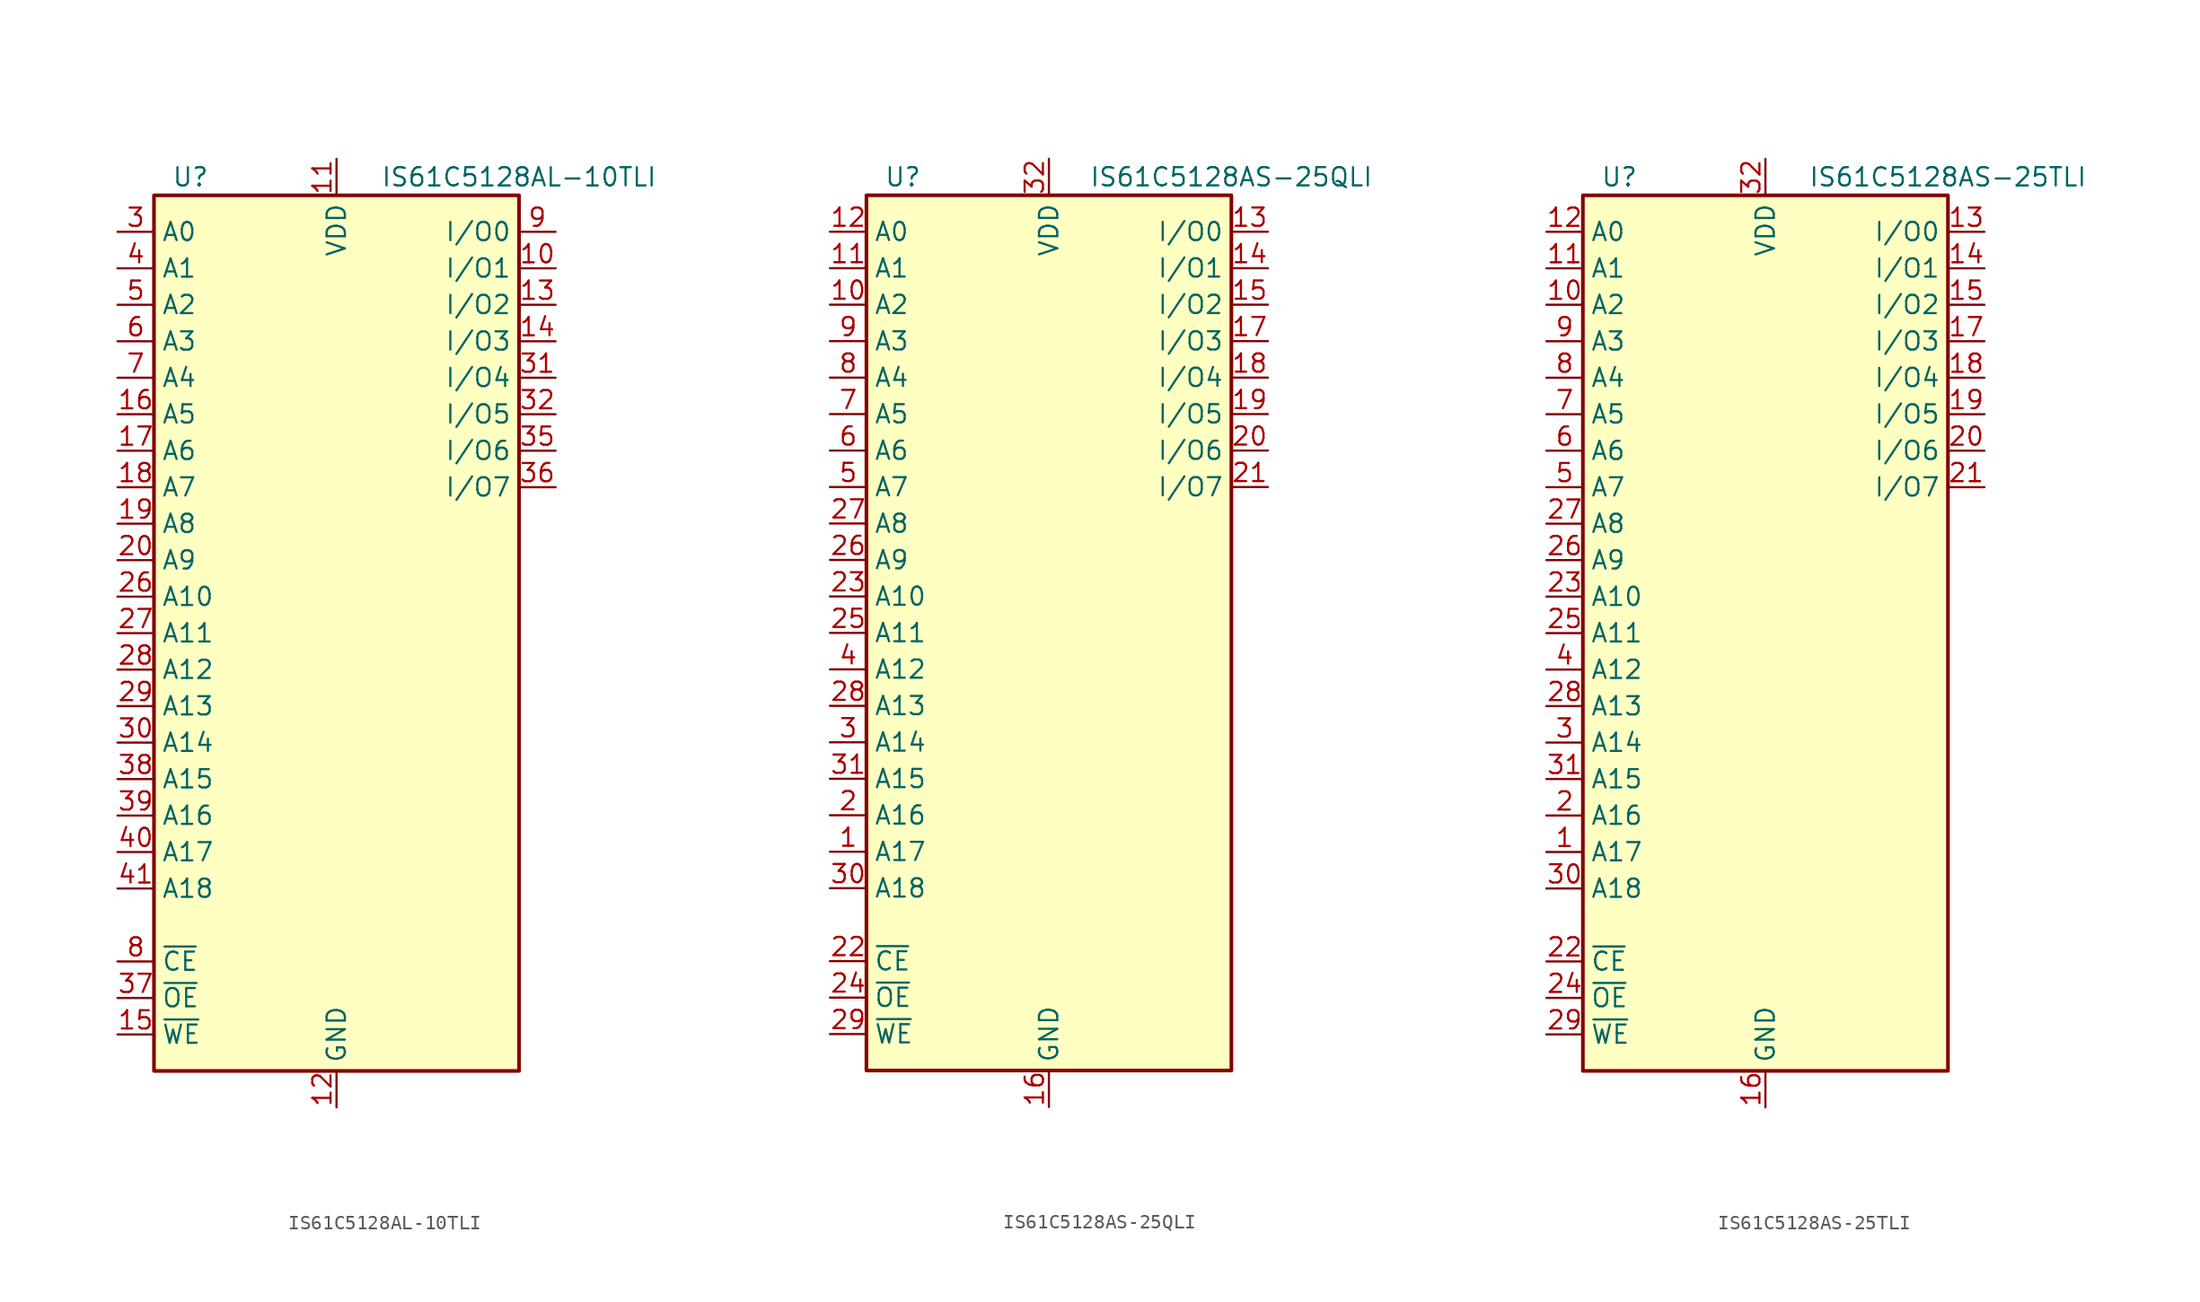
<source format=kicad_sym>
(kicad_symbol_lib
  (version 20201005)
  (generator kicad_symbol_editor)
  (symbol "IS61C5128AL-10TLI"
    (property "Reference" "U"
      (at -10.16 31.75 0)
      (effects (font (size 1.27 1.27))))
    (property "Value" "IS61C5128AL-10TLI"
      (at 12.7 31.75 0)
      (effects (font (size 1.27 1.27))))
    (symbol "IS61C5128AL-10TLI_0_1"
      (rectangle (start -12.7 30.48) (end 12.7 -30.48) (stroke (width 0.254)) (fill (type background))))
    (symbol "IS61C5128AL-10TLI_1_1"
      (pin no_connect line (at 12.7 -27.94 180) (length 2.54) hide (name "NC" (effects (font (size 1.27 1.27)))) (number "1" (effects (font (size 1.27 1.27)))))
      (pin bidirectional line (at 15.24 25.4 180) (length 2.54) (name "I/O1" (effects (font (size 1.27 1.27)))) (number "10" (effects (font (size 1.27 1.27)))))
      (pin power_in line (at 0 33.02 270) (length 2.54) (name "VDD" (effects (font (size 1.27 1.27)))) (number "11" (effects (font (size 1.27 1.27)))))
      (pin power_in line (at 0 -33.02 90) (length 2.54) (name "GND" (effects (font (size 1.27 1.27)))) (number "12" (effects (font (size 1.27 1.27)))))
      (pin bidirectional line (at 15.24 22.86 180) (length 2.54) (name "I/O2" (effects (font (size 1.27 1.27)))) (number "13" (effects (font (size 1.27 1.27)))))
      (pin bidirectional line (at 15.24 20.32 180) (length 2.54) (name "I/O3" (effects (font (size 1.27 1.27)))) (number "14" (effects (font (size 1.27 1.27)))))
      (pin input line (at -15.24 -27.94 0) (length 2.54) (name "~WE" (effects (font (size 1.27 1.27)))) (number "15" (effects (font (size 1.27 1.27)))))
      (pin input line (at -15.24 15.24 0) (length 2.54) (name "A5" (effects (font (size 1.27 1.27)))) (number "16" (effects (font (size 1.27 1.27)))))
      (pin input line (at -15.24 12.7 0) (length 2.54) (name "A6" (effects (font (size 1.27 1.27)))) (number "17" (effects (font (size 1.27 1.27)))))
      (pin input line (at -15.24 10.16 0) (length 2.54) (name "A7" (effects (font (size 1.27 1.27)))) (number "18" (effects (font (size 1.27 1.27)))))
      (pin input line (at -15.24 7.62 0) (length 2.54) (name "A8" (effects (font (size 1.27 1.27)))) (number "19" (effects (font (size 1.27 1.27)))))
      (pin no_connect line (at 12.7 -25.4 180) (length 2.54) hide (name "NC" (effects (font (size 1.27 1.27)))) (number "2" (effects (font (size 1.27 1.27)))))
      (pin input line (at -15.24 5.08 0) (length 2.54) (name "A9" (effects (font (size 1.27 1.27)))) (number "20" (effects (font (size 1.27 1.27)))))
      (pin no_connect line (at 12.7 -22.86 180) (length 2.54) hide (name "NC" (effects (font (size 1.27 1.27)))) (number "21" (effects (font (size 1.27 1.27)))))
      (pin no_connect line (at 12.7 -20.32 180) (length 2.54) hide (name "NC" (effects (font (size 1.27 1.27)))) (number "22" (effects (font (size 1.27 1.27)))))
      (pin no_connect line (at 12.7 -17.78 180) (length 2.54) hide (name "NC" (effects (font (size 1.27 1.27)))) (number "23" (effects (font (size 1.27 1.27)))))
      (pin no_connect line (at 12.7 -15.24 180) (length 2.54) hide (name "NC" (effects (font (size 1.27 1.27)))) (number "24" (effects (font (size 1.27 1.27)))))
      (pin no_connect line (at 12.7 -12.7 180) (length 2.54) hide (name "NC" (effects (font (size 1.27 1.27)))) (number "25" (effects (font (size 1.27 1.27)))))
      (pin input line (at -15.24 2.54 0) (length 2.54) (name "A10" (effects (font (size 1.27 1.27)))) (number "26" (effects (font (size 1.27 1.27)))))
      (pin input line (at -15.24 0 0) (length 2.54) (name "A11" (effects (font (size 1.27 1.27)))) (number "27" (effects (font (size 1.27 1.27)))))
      (pin input line (at -15.24 -2.54 0) (length 2.54) (name "A12" (effects (font (size 1.27 1.27)))) (number "28" (effects (font (size 1.27 1.27)))))
      (pin input line (at -15.24 -5.08 0) (length 2.54) (name "A13" (effects (font (size 1.27 1.27)))) (number "29" (effects (font (size 1.27 1.27)))))
      (pin input line (at -15.24 27.94 0) (length 2.54) (name "A0" (effects (font (size 1.27 1.27)))) (number "3" (effects (font (size 1.27 1.27)))))
      (pin input line (at -15.24 -7.62 0) (length 2.54) (name "A14" (effects (font (size 1.27 1.27)))) (number "30" (effects (font (size 1.27 1.27)))))
      (pin bidirectional line (at 15.24 17.78 180) (length 2.54) (name "I/O4" (effects (font (size 1.27 1.27)))) (number "31" (effects (font (size 1.27 1.27)))))
      (pin bidirectional line (at 15.24 15.24 180) (length 2.54) (name "I/O5" (effects (font (size 1.27 1.27)))) (number "32" (effects (font (size 1.27 1.27)))))
      (pin passive line (at 0 33.02 270) (length 2.54) hide (name "VDD" (effects (font (size 1.27 1.27)))) (number "33" (effects (font (size 1.27 1.27)))))
      (pin passive line (at 0 -33.02 90) (length 2.54) hide (name "GND" (effects (font (size 1.27 1.27)))) (number "34" (effects (font (size 1.27 1.27)))))
      (pin bidirectional line (at 15.24 12.7 180) (length 2.54) (name "I/O6" (effects (font (size 1.27 1.27)))) (number "35" (effects (font (size 1.27 1.27)))))
      (pin bidirectional line (at 15.24 10.16 180) (length 2.54) (name "I/O7" (effects (font (size 1.27 1.27)))) (number "36" (effects (font (size 1.27 1.27)))))
      (pin input line (at -15.24 -25.4 0) (length 2.54) (name "~OE" (effects (font (size 1.27 1.27)))) (number "37" (effects (font (size 1.27 1.27)))))
      (pin input line (at -15.24 -10.16 0) (length 2.54) (name "A15" (effects (font (size 1.27 1.27)))) (number "38" (effects (font (size 1.27 1.27)))))
      (pin input line (at -15.24 -12.7 0) (length 2.54) (name "A16" (effects (font (size 1.27 1.27)))) (number "39" (effects (font (size 1.27 1.27)))))
      (pin input line (at -15.24 25.4 0) (length 2.54) (name "A1" (effects (font (size 1.27 1.27)))) (number "4" (effects (font (size 1.27 1.27)))))
      (pin input line (at -15.24 -15.24 0) (length 2.54) (name "A17" (effects (font (size 1.27 1.27)))) (number "40" (effects (font (size 1.27 1.27)))))
      (pin input line (at -15.24 -17.78 0) (length 2.54) (name "A18" (effects (font (size 1.27 1.27)))) (number "41" (effects (font (size 1.27 1.27)))))
      (pin no_connect line (at 12.7 -10.16 180) (length 2.54) hide (name "NC" (effects (font (size 1.27 1.27)))) (number "42" (effects (font (size 1.27 1.27)))))
      (pin no_connect line (at 12.7 -7.62 180) (length 2.54) hide (name "NC" (effects (font (size 1.27 1.27)))) (number "43" (effects (font (size 1.27 1.27)))))
      (pin no_connect line (at 12.7 -5.08 180) (length 2.54) hide (name "NC" (effects (font (size 1.27 1.27)))) (number "44" (effects (font (size 1.27 1.27)))))
      (pin input line (at -15.24 22.86 0) (length 2.54) (name "A2" (effects (font (size 1.27 1.27)))) (number "5" (effects (font (size 1.27 1.27)))))
      (pin input line (at -15.24 20.32 0) (length 2.54) (name "A3" (effects (font (size 1.27 1.27)))) (number "6" (effects (font (size 1.27 1.27)))))
      (pin input line (at -15.24 17.78 0) (length 2.54) (name "A4" (effects (font (size 1.27 1.27)))) (number "7" (effects (font (size 1.27 1.27)))))
      (pin input line (at -15.24 -22.86 0) (length 2.54) (name "~CE" (effects (font (size 1.27 1.27)))) (number "8" (effects (font (size 1.27 1.27)))))
      (pin bidirectional line (at 15.24 27.94 180) (length 2.54) (name "I/O0" (effects (font (size 1.27 1.27)))) (number "9" (effects (font (size 1.27 1.27)))))))
  (symbol "IS61C5128AS-25QLI"
    (property "Reference" "U"
      (at -10.16 31.75 0)
      (effects (font (size 1.27 1.27))))
    (property "Value" "IS61C5128AS-25QLI"
      (at 12.7 31.75 0)
      (effects (font (size 1.27 1.27))))
    (symbol "IS61C5128AS-25QLI_0_1"
      (rectangle (start -12.7 30.48) (end 12.7 -30.48) (stroke (width 0.254)) (fill (type background))))
    (symbol "IS61C5128AS-25QLI_1_1"
      (pin input line (at -15.24 -15.24 0) (length 2.54) (name "A17" (effects (font (size 1.27 1.27)))) (number "1" (effects (font (size 1.27 1.27)))))
      (pin input line (at -15.24 22.86 0) (length 2.54) (name "A2" (effects (font (size 1.27 1.27)))) (number "10" (effects (font (size 1.27 1.27)))))
      (pin input line (at -15.24 25.4 0) (length 2.54) (name "A1" (effects (font (size 1.27 1.27)))) (number "11" (effects (font (size 1.27 1.27)))))
      (pin input line (at -15.24 27.94 0) (length 2.54) (name "A0" (effects (font (size 1.27 1.27)))) (number "12" (effects (font (size 1.27 1.27)))))
      (pin bidirectional line (at 15.24 27.94 180) (length 2.54) (name "I/O0" (effects (font (size 1.27 1.27)))) (number "13" (effects (font (size 1.27 1.27)))))
      (pin bidirectional line (at 15.24 25.4 180) (length 2.54) (name "I/O1" (effects (font (size 1.27 1.27)))) (number "14" (effects (font (size 1.27 1.27)))))
      (pin bidirectional line (at 15.24 22.86 180) (length 2.54) (name "I/O2" (effects (font (size 1.27 1.27)))) (number "15" (effects (font (size 1.27 1.27)))))
      (pin power_in line (at 0 -33.02 90) (length 2.54) (name "GND" (effects (font (size 1.27 1.27)))) (number "16" (effects (font (size 1.27 1.27)))))
      (pin bidirectional line (at 15.24 20.32 180) (length 2.54) (name "I/O3" (effects (font (size 1.27 1.27)))) (number "17" (effects (font (size 1.27 1.27)))))
      (pin bidirectional line (at 15.24 17.78 180) (length 2.54) (name "I/O4" (effects (font (size 1.27 1.27)))) (number "18" (effects (font (size 1.27 1.27)))))
      (pin bidirectional line (at 15.24 15.24 180) (length 2.54) (name "I/O5" (effects (font (size 1.27 1.27)))) (number "19" (effects (font (size 1.27 1.27)))))
      (pin input line (at -15.24 -12.7 0) (length 2.54) (name "A16" (effects (font (size 1.27 1.27)))) (number "2" (effects (font (size 1.27 1.27)))))
      (pin bidirectional line (at 15.24 12.7 180) (length 2.54) (name "I/O6" (effects (font (size 1.27 1.27)))) (number "20" (effects (font (size 1.27 1.27)))))
      (pin bidirectional line (at 15.24 10.16 180) (length 2.54) (name "I/O7" (effects (font (size 1.27 1.27)))) (number "21" (effects (font (size 1.27 1.27)))))
      (pin input line (at -15.24 -22.86 0) (length 2.54) (name "~CE" (effects (font (size 1.27 1.27)))) (number "22" (effects (font (size 1.27 1.27)))))
      (pin input line (at -15.24 2.54 0) (length 2.54) (name "A10" (effects (font (size 1.27 1.27)))) (number "23" (effects (font (size 1.27 1.27)))))
      (pin input line (at -15.24 -25.4 0) (length 2.54) (name "~OE" (effects (font (size 1.27 1.27)))) (number "24" (effects (font (size 1.27 1.27)))))
      (pin input line (at -15.24 0 0) (length 2.54) (name "A11" (effects (font (size 1.27 1.27)))) (number "25" (effects (font (size 1.27 1.27)))))
      (pin input line (at -15.24 5.08 0) (length 2.54) (name "A9" (effects (font (size 1.27 1.27)))) (number "26" (effects (font (size 1.27 1.27)))))
      (pin input line (at -15.24 7.62 0) (length 2.54) (name "A8" (effects (font (size 1.27 1.27)))) (number "27" (effects (font (size 1.27 1.27)))))
      (pin input line (at -15.24 -5.08 0) (length 2.54) (name "A13" (effects (font (size 1.27 1.27)))) (number "28" (effects (font (size 1.27 1.27)))))
      (pin input line (at -15.24 -27.94 0) (length 2.54) (name "~WE" (effects (font (size 1.27 1.27)))) (number "29" (effects (font (size 1.27 1.27)))))
      (pin input line (at -15.24 -7.62 0) (length 2.54) (name "A14" (effects (font (size 1.27 1.27)))) (number "3" (effects (font (size 1.27 1.27)))))
      (pin input line (at -15.24 -17.78 0) (length 2.54) (name "A18" (effects (font (size 1.27 1.27)))) (number "30" (effects (font (size 1.27 1.27)))))
      (pin input line (at -15.24 -10.16 0) (length 2.54) (name "A15" (effects (font (size 1.27 1.27)))) (number "31" (effects (font (size 1.27 1.27)))))
      (pin power_in line (at 0 33.02 270) (length 2.54) (name "VDD" (effects (font (size 1.27 1.27)))) (number "32" (effects (font (size 1.27 1.27)))))
      (pin input line (at -15.24 -2.54 0) (length 2.54) (name "A12" (effects (font (size 1.27 1.27)))) (number "4" (effects (font (size 1.27 1.27)))))
      (pin input line (at -15.24 10.16 0) (length 2.54) (name "A7" (effects (font (size 1.27 1.27)))) (number "5" (effects (font (size 1.27 1.27)))))
      (pin input line (at -15.24 12.7 0) (length 2.54) (name "A6" (effects (font (size 1.27 1.27)))) (number "6" (effects (font (size 1.27 1.27)))))
      (pin input line (at -15.24 15.24 0) (length 2.54) (name "A5" (effects (font (size 1.27 1.27)))) (number "7" (effects (font (size 1.27 1.27)))))
      (pin input line (at -15.24 17.78 0) (length 2.54) (name "A4" (effects (font (size 1.27 1.27)))) (number "8" (effects (font (size 1.27 1.27)))))
      (pin input line (at -15.24 20.32 0) (length 2.54) (name "A3" (effects (font (size 1.27 1.27)))) (number "9" (effects (font (size 1.27 1.27)))))))
  (symbol "IS61C5128AS-25TLI"
    (property "Reference" "U"
      (at -10.16 31.75 0)
      (effects (font (size 1.27 1.27))))
    (property "Value" "IS61C5128AS-25TLI"
      (at 12.7 31.75 0)
      (effects (font (size 1.27 1.27))))
    (symbol "IS61C5128AS-25TLI_0_1"
      (rectangle (start -12.7 30.48) (end 12.7 -30.48) (stroke (width 0.254)) (fill (type background))))
    (symbol "IS61C5128AS-25TLI_1_1"
      (pin input line (at -15.24 -15.24 0) (length 2.54) (name "A17" (effects (font (size 1.27 1.27)))) (number "1" (effects (font (size 1.27 1.27)))))
      (pin input line (at -15.24 22.86 0) (length 2.54) (name "A2" (effects (font (size 1.27 1.27)))) (number "10" (effects (font (size 1.27 1.27)))))
      (pin input line (at -15.24 25.4 0) (length 2.54) (name "A1" (effects (font (size 1.27 1.27)))) (number "11" (effects (font (size 1.27 1.27)))))
      (pin input line (at -15.24 27.94 0) (length 2.54) (name "A0" (effects (font (size 1.27 1.27)))) (number "12" (effects (font (size 1.27 1.27)))))
      (pin bidirectional line (at 15.24 27.94 180) (length 2.54) (name "I/O0" (effects (font (size 1.27 1.27)))) (number "13" (effects (font (size 1.27 1.27)))))
      (pin bidirectional line (at 15.24 25.4 180) (length 2.54) (name "I/O1" (effects (font (size 1.27 1.27)))) (number "14" (effects (font (size 1.27 1.27)))))
      (pin bidirectional line (at 15.24 22.86 180) (length 2.54) (name "I/O2" (effects (font (size 1.27 1.27)))) (number "15" (effects (font (size 1.27 1.27)))))
      (pin power_in line (at 0 -33.02 90) (length 2.54) (name "GND" (effects (font (size 1.27 1.27)))) (number "16" (effects (font (size 1.27 1.27)))))
      (pin bidirectional line (at 15.24 20.32 180) (length 2.54) (name "I/O3" (effects (font (size 1.27 1.27)))) (number "17" (effects (font (size 1.27 1.27)))))
      (pin bidirectional line (at 15.24 17.78 180) (length 2.54) (name "I/O4" (effects (font (size 1.27 1.27)))) (number "18" (effects (font (size 1.27 1.27)))))
      (pin bidirectional line (at 15.24 15.24 180) (length 2.54) (name "I/O5" (effects (font (size 1.27 1.27)))) (number "19" (effects (font (size 1.27 1.27)))))
      (pin input line (at -15.24 -12.7 0) (length 2.54) (name "A16" (effects (font (size 1.27 1.27)))) (number "2" (effects (font (size 1.27 1.27)))))
      (pin bidirectional line (at 15.24 12.7 180) (length 2.54) (name "I/O6" (effects (font (size 1.27 1.27)))) (number "20" (effects (font (size 1.27 1.27)))))
      (pin bidirectional line (at 15.24 10.16 180) (length 2.54) (name "I/O7" (effects (font (size 1.27 1.27)))) (number "21" (effects (font (size 1.27 1.27)))))
      (pin input line (at -15.24 -22.86 0) (length 2.54) (name "~CE" (effects (font (size 1.27 1.27)))) (number "22" (effects (font (size 1.27 1.27)))))
      (pin input line (at -15.24 2.54 0) (length 2.54) (name "A10" (effects (font (size 1.27 1.27)))) (number "23" (effects (font (size 1.27 1.27)))))
      (pin input line (at -15.24 -25.4 0) (length 2.54) (name "~OE" (effects (font (size 1.27 1.27)))) (number "24" (effects (font (size 1.27 1.27)))))
      (pin input line (at -15.24 0 0) (length 2.54) (name "A11" (effects (font (size 1.27 1.27)))) (number "25" (effects (font (size 1.27 1.27)))))
      (pin input line (at -15.24 5.08 0) (length 2.54) (name "A9" (effects (font (size 1.27 1.27)))) (number "26" (effects (font (size 1.27 1.27)))))
      (pin input line (at -15.24 7.62 0) (length 2.54) (name "A8" (effects (font (size 1.27 1.27)))) (number "27" (effects (font (size 1.27 1.27)))))
      (pin input line (at -15.24 -5.08 0) (length 2.54) (name "A13" (effects (font (size 1.27 1.27)))) (number "28" (effects (font (size 1.27 1.27)))))
      (pin input line (at -15.24 -27.94 0) (length 2.54) (name "~WE" (effects (font (size 1.27 1.27)))) (number "29" (effects (font (size 1.27 1.27)))))
      (pin input line (at -15.24 -7.62 0) (length 2.54) (name "A14" (effects (font (size 1.27 1.27)))) (number "3" (effects (font (size 1.27 1.27)))))
      (pin input line (at -15.24 -17.78 0) (length 2.54) (name "A18" (effects (font (size 1.27 1.27)))) (number "30" (effects (font (size 1.27 1.27)))))
      (pin input line (at -15.24 -10.16 0) (length 2.54) (name "A15" (effects (font (size 1.27 1.27)))) (number "31" (effects (font (size 1.27 1.27)))))
      (pin power_in line (at 0 33.02 270) (length 2.54) (name "VDD" (effects (font (size 1.27 1.27)))) (number "32" (effects (font (size 1.27 1.27)))))
      (pin input line (at -15.24 -2.54 0) (length 2.54) (name "A12" (effects (font (size 1.27 1.27)))) (number "4" (effects (font (size 1.27 1.27)))))
      (pin input line (at -15.24 10.16 0) (length 2.54) (name "A7" (effects (font (size 1.27 1.27)))) (number "5" (effects (font (size 1.27 1.27)))))
      (pin input line (at -15.24 12.7 0) (length 2.54) (name "A6" (effects (font (size 1.27 1.27)))) (number "6" (effects (font (size 1.27 1.27)))))
      (pin input line (at -15.24 15.24 0) (length 2.54) (name "A5" (effects (font (size 1.27 1.27)))) (number "7" (effects (font (size 1.27 1.27)))))
      (pin input line (at -15.24 17.78 0) (length 2.54) (name "A4" (effects (font (size 1.27 1.27)))) (number "8" (effects (font (size 1.27 1.27)))))
      (pin input line (at -15.24 20.32 0) (length 2.54) (name "A3" (effects (font (size 1.27 1.27)))) (number "9" (effects (font (size 1.27 1.27))))))))
</source>
